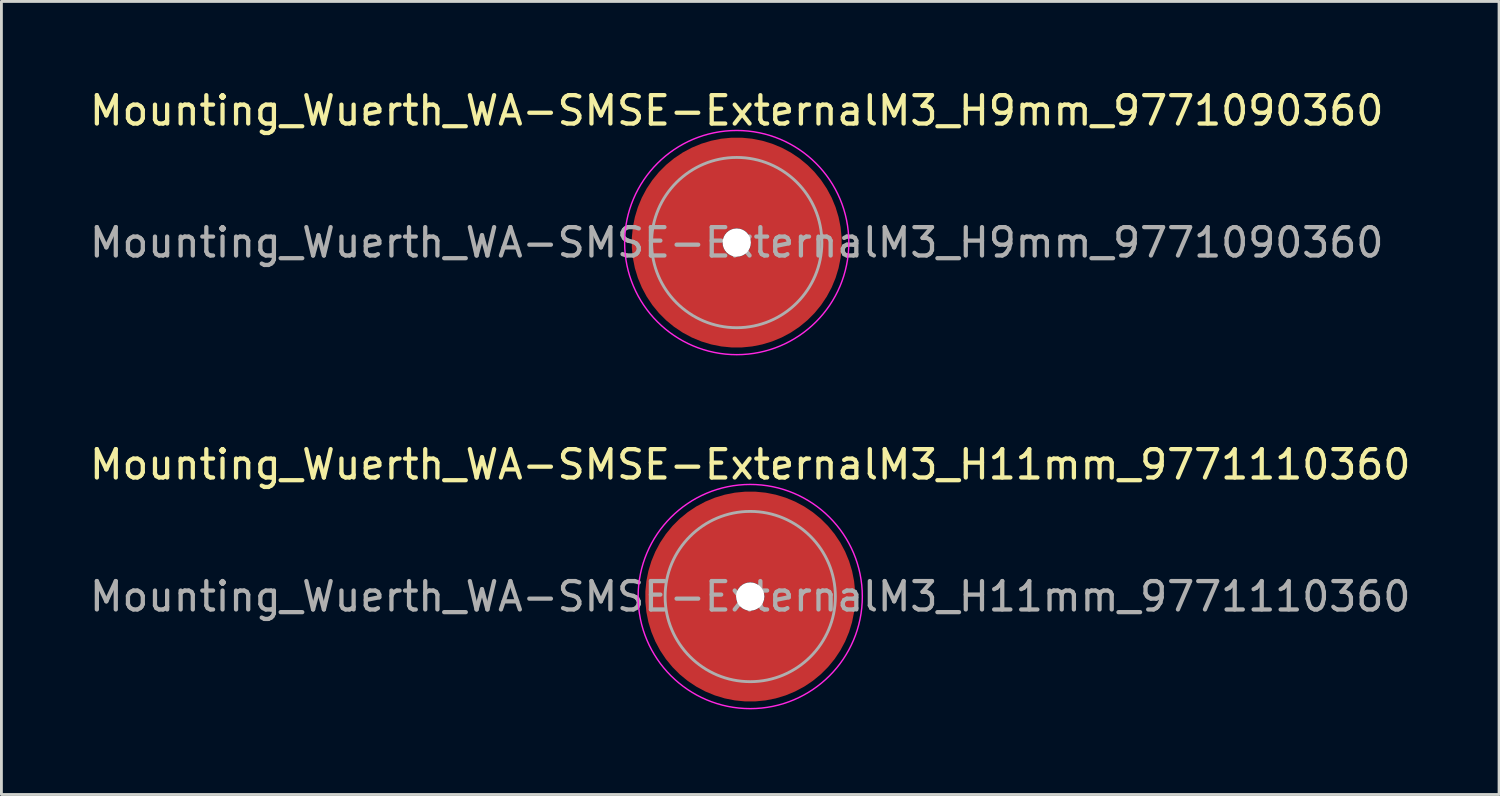
<source format=kicad_pcb>
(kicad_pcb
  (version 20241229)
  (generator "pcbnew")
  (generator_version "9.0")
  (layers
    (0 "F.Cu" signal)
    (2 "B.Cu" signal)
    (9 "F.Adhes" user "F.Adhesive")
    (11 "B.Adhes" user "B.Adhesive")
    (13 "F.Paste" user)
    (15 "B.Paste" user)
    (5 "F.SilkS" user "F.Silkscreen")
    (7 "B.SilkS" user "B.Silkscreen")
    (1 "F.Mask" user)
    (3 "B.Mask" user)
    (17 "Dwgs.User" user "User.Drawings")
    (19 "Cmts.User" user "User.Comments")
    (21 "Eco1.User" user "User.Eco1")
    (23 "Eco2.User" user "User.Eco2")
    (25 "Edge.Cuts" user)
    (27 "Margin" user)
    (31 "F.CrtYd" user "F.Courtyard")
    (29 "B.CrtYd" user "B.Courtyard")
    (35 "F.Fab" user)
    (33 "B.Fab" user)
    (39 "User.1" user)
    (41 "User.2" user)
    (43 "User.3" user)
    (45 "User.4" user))
  (footprint "Mounting_Wuerth_WA-SMSE-ExternalM3_H9mm_9771090360"
    (layer "F.Cu")
    (at 22.911 5.498)
    (property "Reference" "Mounting_Wuerth_WA-SMSE-ExternalM3_H9mm_9771090360" (at 0 -4.65 0) (layer "F.SilkS") (effects (font (size 1 1) (thickness 0.15))))
    (attr smd)
    (fp_circle (center 0 0) (end 3.95 0) (stroke (width 0.05) (type solid)) (fill no) (layer "F.CrtYd"))
    (fp_circle (center 0 0) (end 3 0) (stroke (width 0.1) (type solid)) (fill no) (layer "F.Fab"))
    (fp_text user "${REFERENCE}" (at 0 0 0) (layer "F.Fab") (effects (font (size 1 1) (thickness 0.15))))
    (pad "" smd custom (at 0 -2.1) (size 2.6 2.6) (layers "F.Paste") (options (anchor circle)) (primitives (gr_arc (start -0.305123 1.47) (mid -0.000513 1.4) (end 0.3042 1.469554) (width 0.2)) (gr_arc (start -0.493052 1.47) (mid -0.000664 1.3) (end 0.492006 1.469183) (width 0.2)) (gr_arc (start -0.642729 1.47) (mid -0.000361 1.2) (end 0.642223 1.469484) (width 0.2)) (gr_arc (start -0.776595 1.47) (mid -0.00087 1.1) (end 0.775497 1.468649) (width 0.2)) (gr_arc (start -0.901721 1.47) (mid -0.00018 1) (end 0.901515 1.469705) (width 0.2)) (gr_arc (start -1.021323 1.47) (mid -0.000665 0.9) (end 1.020624 1.468868) (width 0.2)) (gr_arc (start -1.137146 1.47) (mid -0.000289 0.8) (end 1.136866 1.469495) (width 0.2)) (gr_arc (start -1.25024 1.47) (mid -0.000155 0.7) (end 1.250101 1.469724) (width 0.2)) (gr_arc (start -1.361286 1.47) (mid -0.000403 0.6) (end 1.360947 1.469268) (width 0.2)) (gr_arc (start -1.470748 1.47) (mid -0.000334 0.5) (end 1.470485 1.469386) (width 0.2)) (gr_arc (start -1.578955 1.47) (mid -0.001427 0.400001) (end 1.577895 1.46735) (width 0.2)) (gr_arc (start -1.686149 1.47) (mid -0.000398 0.3) (end 1.68587 1.469254) (width 0.2)) (gr_arc (start -1.792512 1.47) (mid -0.001173 0.200001) (end 1.791733 1.467788) (width 0.2)) (gr_arc (start -1.898183 1.47) (mid -0.001368 0.100001) (end 1.897319 1.467404) (width 0.2)) (gr_arc (start -2.003272 1.47) (mid -0.001554 0.000001) (end 2.002338 1.467036) (width 0.2)) (gr_arc (start -2.107866 1.47) (mid -0.00037 -0.1) (end 2.107654 1.469292) (width 0.2)) (gr_arc (start -2.212035 1.47) (mid -0.00011 -0.2) (end 2.211975 1.469788) (width 0.2)) (gr_arc (start -2.315837 1.47) (mid -0.001322 -0.3) (end 2.315142 1.46745) (width 0.2)) (gr_arc (start -2.419318 1.47) (mid -0.000179 -0.4) (end 2.419228 1.469653) (width 0.2)) (gr_arc (start -2.522519 1.47) (mid -0.001235 -0.5) (end 2.521919 1.467604) (width 0.2)) (gr_arc (start -2.625471 1.47) (mid -0.000311 -0.6) (end 2.625326 1.469395) (width 0.2)) (gr_arc (start -2.728205 1.47) (mid -0.002303 -0.7) (end 2.727165 1.465513) (width 0.2)) (gr_arc (start -2.830742 1.47) (mid -0.000149 -0.8) (end 2.830677 1.469709) (width 0.2)) (gr_arc (start -2.933104 1.47) (mid -0.001447 -0.899999) (end 2.932495 1.46717) (width 0.2)) (gr_arc (start -3.035309 1.47) (mid -0.001317 -1) (end 3.034773 1.467421) (width 0.2)) (gr_arc (start -3.137372 1.47) (mid -0.002554 -1.099999) (end 3.136362 1.464993) (width 0.2)) (gr_arc (start -3.239305 1.47) (mid -0.002543 -1.199999) (end 3.23833 1.465008) (width 0.2)) (gr_arc (start -3.341123 1.47) (mid -0.001289 -1.3) (end 3.340644 1.467467) (width 0.2)) (gr_arc (start -3.442833 1.47) (mid -0.001847 -1.399999) (end 3.442166 1.466366) (width 0.2)) (gr_line (start 0.305 1.47) (end 3.443 1.47) (width 0.2)) (gr_line (start -0.305 1.47) (end -3.443 1.47) (width 0.2))))
    (pad "" np_thru_hole circle (at 0 0) (size 1 1) (drill 1) (layers "*.Cu" "*.Mask"))
    (pad "" smd custom (at 0 2.1) (size 2.6 2.6) (layers "F.Paste") (options (anchor circle)) (primitives (gr_arc (start 0.305123 -1.47) (mid 0.000513 -1.4) (end -0.3042 -1.469554) (width 0.2)) (gr_arc (start 0.493052 -1.47) (mid 0.000664 -1.3) (end -0.492006 -1.469183) (width 0.2)) (gr_arc (start 0.642729 -1.47) (mid 0.000361 -1.2) (end -0.642223 -1.469484) (width 0.2)) (gr_arc (start 0.776595 -1.47) (mid 0.00087 -1.1) (end -0.775497 -1.468649) (width 0.2)) (gr_arc (start 0.901721 -1.47) (mid 0.00018 -1) (end -0.901515 -1.469705) (width 0.2)) (gr_arc (start 1.021323 -1.47) (mid 0.000665 -0.9) (end -1.020624 -1.468868) (width 0.2)) (gr_arc (start 1.137146 -1.47) (mid 0.000289 -0.8) (end -1.136866 -1.469495) (width 0.2)) (gr_arc (start 1.25024 -1.47) (mid 0.000155 -0.7) (end -1.250101 -1.469724) (width 0.2)) (gr_arc (start 1.361286 -1.47) (mid 0.000403 -0.6) (end -1.360947 -1.469268) (width 0.2)) (gr_arc (start 1.470748 -1.47) (mid 0.000334 -0.5) (end -1.470485 -1.469386) (width 0.2)) (gr_arc (start 1.578955 -1.47) (mid 0.001427 -0.400001) (end -1.577895 -1.46735) (width 0.2)) (gr_arc (start 1.686149 -1.47) (mid 0.000398 -0.3) (end -1.68587 -1.469254) (width 0.2)) (gr_arc (start 1.792512 -1.47) (mid 0.001173 -0.200001) (end -1.791733 -1.467788) (width 0.2)) (gr_arc (start 1.898183 -1.47) (mid 0.001368 -0.100001) (end -1.897319 -1.467404) (width 0.2)) (gr_arc (start 2.003272 -1.47) (mid 0.001554 -0.000002) (end -2.002338 -1.467036) (width 0.2)) (gr_arc (start 2.107866 -1.47) (mid 0.00037 0.1) (end -2.107654 -1.469292) (width 0.2)) (gr_arc (start 2.212035 -1.47) (mid 0.00011 0.2) (end -2.211975 -1.469788) (width 0.2)) (gr_arc (start 2.315837 -1.47) (mid 0.001322 0.3) (end -2.315142 -1.46745) (width 0.2)) (gr_arc (start 2.419318 -1.47) (mid 0.000179 0.4) (end -2.419228 -1.469653) (width 0.2)) (gr_arc (start 2.522519 -1.47) (mid 0.001235 0.5) (end -2.521919 -1.467604) (width 0.2)) (gr_arc (start 2.625471 -1.47) (mid 0.000311 0.6) (end -2.625326 -1.469395) (width 0.2)) (gr_arc (start 2.728205 -1.47) (mid 0.002303 0.7) (end -2.727165 -1.465513) (width 0.2)) (gr_arc (start 2.830742 -1.47) (mid 0.000149 0.8) (end -2.830677 -1.469709) (width 0.2)) (gr_arc (start 2.933104 -1.47) (mid 0.001447 0.899999) (end -2.932495 -1.46717) (width 0.2)) (gr_arc (start 3.035309 -1.47) (mid 0.001317 1) (end -3.034773 -1.467421) (width 0.2)) (gr_arc (start 3.137372 -1.47) (mid 0.002554 1.099999) (end -3.136362 -1.464993) (width 0.2)) (gr_arc (start 3.239305 -1.47) (mid 0.002543 1.199999) (end -3.23833 -1.465008) (width 0.2)) (gr_arc (start 3.341123 -1.47) (mid 0.001289 1.3) (end -3.340644 -1.467467) (width 0.2)) (gr_arc (start 3.442833 -1.47) (mid 0.001847 1.399999) (end -3.442166 -1.466366) (width 0.2)) (gr_line (start -0.305 -1.47) (end -3.443 -1.47) (width 0.2)) (gr_line (start 0.305 -1.47) (end 3.443 -1.47) (width 0.2))))
    (pad "1" smd circle (at -2.1 0) (size 2.8 2.8) (layers "F.Cu"))
    (pad "1" smd circle (at 0 -2.1) (size 2.8 2.8) (layers "F.Cu"))
    (pad "1" smd circle (at 0 2.1) (size 2.8 2.8) (layers "F.Cu"))
    (pad "1" smd custom (at 2.1 0) (size 2.8 2.8) (layers "F.Cu" "F.Mask") (options (anchor circle)) (primitives (gr_circle (center -2.1 0) (end 0 0) (width 3.2) (fill no)))))
  (footprint "Mounting_Wuerth_WA-SMSE-ExternalM3_H11mm_9771110360"
    (layer "F.Cu")
    (at 23.387 17.971)
    (property "Reference" "Mounting_Wuerth_WA-SMSE-ExternalM3_H11mm_9771110360" (at 0 -4.65 0) (layer "F.SilkS") (effects (font (size 1 1) (thickness 0.15))))
    (attr smd)
    (fp_circle (center 0 0) (end 3.95 0) (stroke (width 0.05) (type solid)) (fill no) (layer "F.CrtYd"))
    (fp_circle (center 0 0) (end 3 0) (stroke (width 0.1) (type solid)) (fill no) (layer "F.Fab"))
    (fp_text user "${REFERENCE}" (at 0 0 0) (layer "F.Fab") (effects (font (size 1 1) (thickness 0.15))))
    (pad "" smd custom (at 0 -2.1) (size 2.6 2.6) (layers "F.Paste") (options (anchor circle)) (primitives (gr_arc (start -0.305123 1.47) (mid -0.000513 1.4) (end 0.3042 1.469554) (width 0.2)) (gr_arc (start -0.493052 1.47) (mid -0.000664 1.3) (end 0.492006 1.469183) (width 0.2)) (gr_arc (start -0.642729 1.47) (mid -0.000361 1.2) (end 0.642223 1.469484) (width 0.2)) (gr_arc (start -0.776595 1.47) (mid -0.00087 1.1) (end 0.775497 1.468649) (width 0.2)) (gr_arc (start -0.901721 1.47) (mid -0.00018 1) (end 0.901515 1.469705) (width 0.2)) (gr_arc (start -1.021323 1.47) (mid -0.000665 0.9) (end 1.020624 1.468868) (width 0.2)) (gr_arc (start -1.137146 1.47) (mid -0.000289 0.8) (end 1.136866 1.469495) (width 0.2)) (gr_arc (start -1.25024 1.47) (mid -0.000155 0.7) (end 1.250101 1.469724) (width 0.2)) (gr_arc (start -1.361286 1.47) (mid -0.000403 0.6) (end 1.360947 1.469268) (width 0.2)) (gr_arc (start -1.470748 1.47) (mid -0.000334 0.5) (end 1.470485 1.469386) (width 0.2)) (gr_arc (start -1.578955 1.47) (mid -0.001427 0.400001) (end 1.577895 1.46735) (width 0.2)) (gr_arc (start -1.686149 1.47) (mid -0.000398 0.3) (end 1.68587 1.469254) (width 0.2)) (gr_arc (start -1.792512 1.47) (mid -0.001173 0.200001) (end 1.791733 1.467788) (width 0.2)) (gr_arc (start -1.898183 1.47) (mid -0.001368 0.100001) (end 1.897319 1.467404) (width 0.2)) (gr_arc (start -2.003272 1.47) (mid -0.001554 0.000001) (end 2.002338 1.467036) (width 0.2)) (gr_arc (start -2.107866 1.47) (mid -0.00037 -0.1) (end 2.107654 1.469292) (width 0.2)) (gr_arc (start -2.212035 1.47) (mid -0.00011 -0.2) (end 2.211975 1.469788) (width 0.2)) (gr_arc (start -2.315837 1.47) (mid -0.001322 -0.3) (end 2.315142 1.46745) (width 0.2)) (gr_arc (start -2.419318 1.47) (mid -0.000179 -0.4) (end 2.419228 1.469653) (width 0.2)) (gr_arc (start -2.522519 1.47) (mid -0.001235 -0.5) (end 2.521919 1.467604) (width 0.2)) (gr_arc (start -2.625471 1.47) (mid -0.000311 -0.6) (end 2.625326 1.469395) (width 0.2)) (gr_arc (start -2.728205 1.47) (mid -0.002303 -0.7) (end 2.727165 1.465513) (width 0.2)) (gr_arc (start -2.830742 1.47) (mid -0.000149 -0.8) (end 2.830677 1.469709) (width 0.2)) (gr_arc (start -2.933104 1.47) (mid -0.001447 -0.899999) (end 2.932495 1.46717) (width 0.2)) (gr_arc (start -3.035309 1.47) (mid -0.001317 -1) (end 3.034773 1.467421) (width 0.2)) (gr_arc (start -3.137372 1.47) (mid -0.002554 -1.099999) (end 3.136362 1.464993) (width 0.2)) (gr_arc (start -3.239305 1.47) (mid -0.002543 -1.199999) (end 3.23833 1.465008) (width 0.2)) (gr_arc (start -3.341123 1.47) (mid -0.001289 -1.3) (end 3.340644 1.467467) (width 0.2)) (gr_arc (start -3.442833 1.47) (mid -0.001847 -1.399999) (end 3.442166 1.466366) (width 0.2)) (gr_line (start 0.305 1.47) (end 3.443 1.47) (width 0.2)) (gr_line (start -0.305 1.47) (end -3.443 1.47) (width 0.2))))
    (pad "" np_thru_hole circle (at 0 0) (size 1 1) (drill 1) (layers "*.Cu" "*.Mask"))
    (pad "" smd custom (at 0 2.1) (size 2.6 2.6) (layers "F.Paste") (options (anchor circle)) (primitives (gr_arc (start 0.305123 -1.47) (mid 0.000513 -1.4) (end -0.3042 -1.469554) (width 0.2)) (gr_arc (start 0.493052 -1.47) (mid 0.000664 -1.3) (end -0.492006 -1.469183) (width 0.2)) (gr_arc (start 0.642729 -1.47) (mid 0.000361 -1.2) (end -0.642223 -1.469484) (width 0.2)) (gr_arc (start 0.776595 -1.47) (mid 0.00087 -1.1) (end -0.775497 -1.468649) (width 0.2)) (gr_arc (start 0.901721 -1.47) (mid 0.00018 -1) (end -0.901515 -1.469705) (width 0.2)) (gr_arc (start 1.021323 -1.47) (mid 0.000665 -0.9) (end -1.020624 -1.468868) (width 0.2)) (gr_arc (start 1.137146 -1.47) (mid 0.000289 -0.8) (end -1.136866 -1.469495) (width 0.2)) (gr_arc (start 1.25024 -1.47) (mid 0.000155 -0.7) (end -1.250101 -1.469724) (width 0.2)) (gr_arc (start 1.361286 -1.47) (mid 0.000403 -0.6) (end -1.360947 -1.469268) (width 0.2)) (gr_arc (start 1.470748 -1.47) (mid 0.000334 -0.5) (end -1.470485 -1.469386) (width 0.2)) (gr_arc (start 1.578955 -1.47) (mid 0.001427 -0.400001) (end -1.577895 -1.46735) (width 0.2)) (gr_arc (start 1.686149 -1.47) (mid 0.000398 -0.3) (end -1.68587 -1.469254) (width 0.2)) (gr_arc (start 1.792512 -1.47) (mid 0.001173 -0.200001) (end -1.791733 -1.467788) (width 0.2)) (gr_arc (start 1.898183 -1.47) (mid 0.001368 -0.100001) (end -1.897319 -1.467404) (width 0.2)) (gr_arc (start 2.003272 -1.47) (mid 0.001554 -0.000002) (end -2.002338 -1.467036) (width 0.2)) (gr_arc (start 2.107866 -1.47) (mid 0.00037 0.1) (end -2.107654 -1.469292) (width 0.2)) (gr_arc (start 2.212035 -1.47) (mid 0.00011 0.2) (end -2.211975 -1.469788) (width 0.2)) (gr_arc (start 2.315837 -1.47) (mid 0.001322 0.3) (end -2.315142 -1.46745) (width 0.2)) (gr_arc (start 2.419318 -1.47) (mid 0.000179 0.4) (end -2.419228 -1.469653) (width 0.2)) (gr_arc (start 2.522519 -1.47) (mid 0.001235 0.5) (end -2.521919 -1.467604) (width 0.2)) (gr_arc (start 2.625471 -1.47) (mid 0.000311 0.6) (end -2.625326 -1.469395) (width 0.2)) (gr_arc (start 2.728205 -1.47) (mid 0.002303 0.7) (end -2.727165 -1.465513) (width 0.2)) (gr_arc (start 2.830742 -1.47) (mid 0.000149 0.8) (end -2.830677 -1.469709) (width 0.2)) (gr_arc (start 2.933104 -1.47) (mid 0.001447 0.899999) (end -2.932495 -1.46717) (width 0.2)) (gr_arc (start 3.035309 -1.47) (mid 0.001317 1) (end -3.034773 -1.467421) (width 0.2)) (gr_arc (start 3.137372 -1.47) (mid 0.002554 1.099999) (end -3.136362 -1.464993) (width 0.2)) (gr_arc (start 3.239305 -1.47) (mid 0.002543 1.199999) (end -3.23833 -1.465008) (width 0.2)) (gr_arc (start 3.341123 -1.47) (mid 0.001289 1.3) (end -3.340644 -1.467467) (width 0.2)) (gr_arc (start 3.442833 -1.47) (mid 0.001847 1.399999) (end -3.442166 -1.466366) (width 0.2)) (gr_line (start -0.305 -1.47) (end -3.443 -1.47) (width 0.2)) (gr_line (start 0.305 -1.47) (end 3.443 -1.47) (width 0.2))))
    (pad "1" smd circle (at -2.1 0) (size 2.8 2.8) (layers "F.Cu"))
    (pad "1" smd circle (at 0 -2.1) (size 2.8 2.8) (layers "F.Cu"))
    (pad "1" smd circle (at 0 2.1) (size 2.8 2.8) (layers "F.Cu"))
    (pad "1" smd custom (at 2.1 0) (size 2.8 2.8) (layers "F.Cu" "F.Mask") (options (anchor circle)) (primitives (gr_circle (center -2.1 0) (end 0 0) (width 3.2) (fill no)))))
  (gr_rect
    (start -3 -3)
    (end 49.774 24.947)
    (stroke (width 0.1) (type default))
    (fill no)
    (layer "Edge.Cuts")))
</source>
